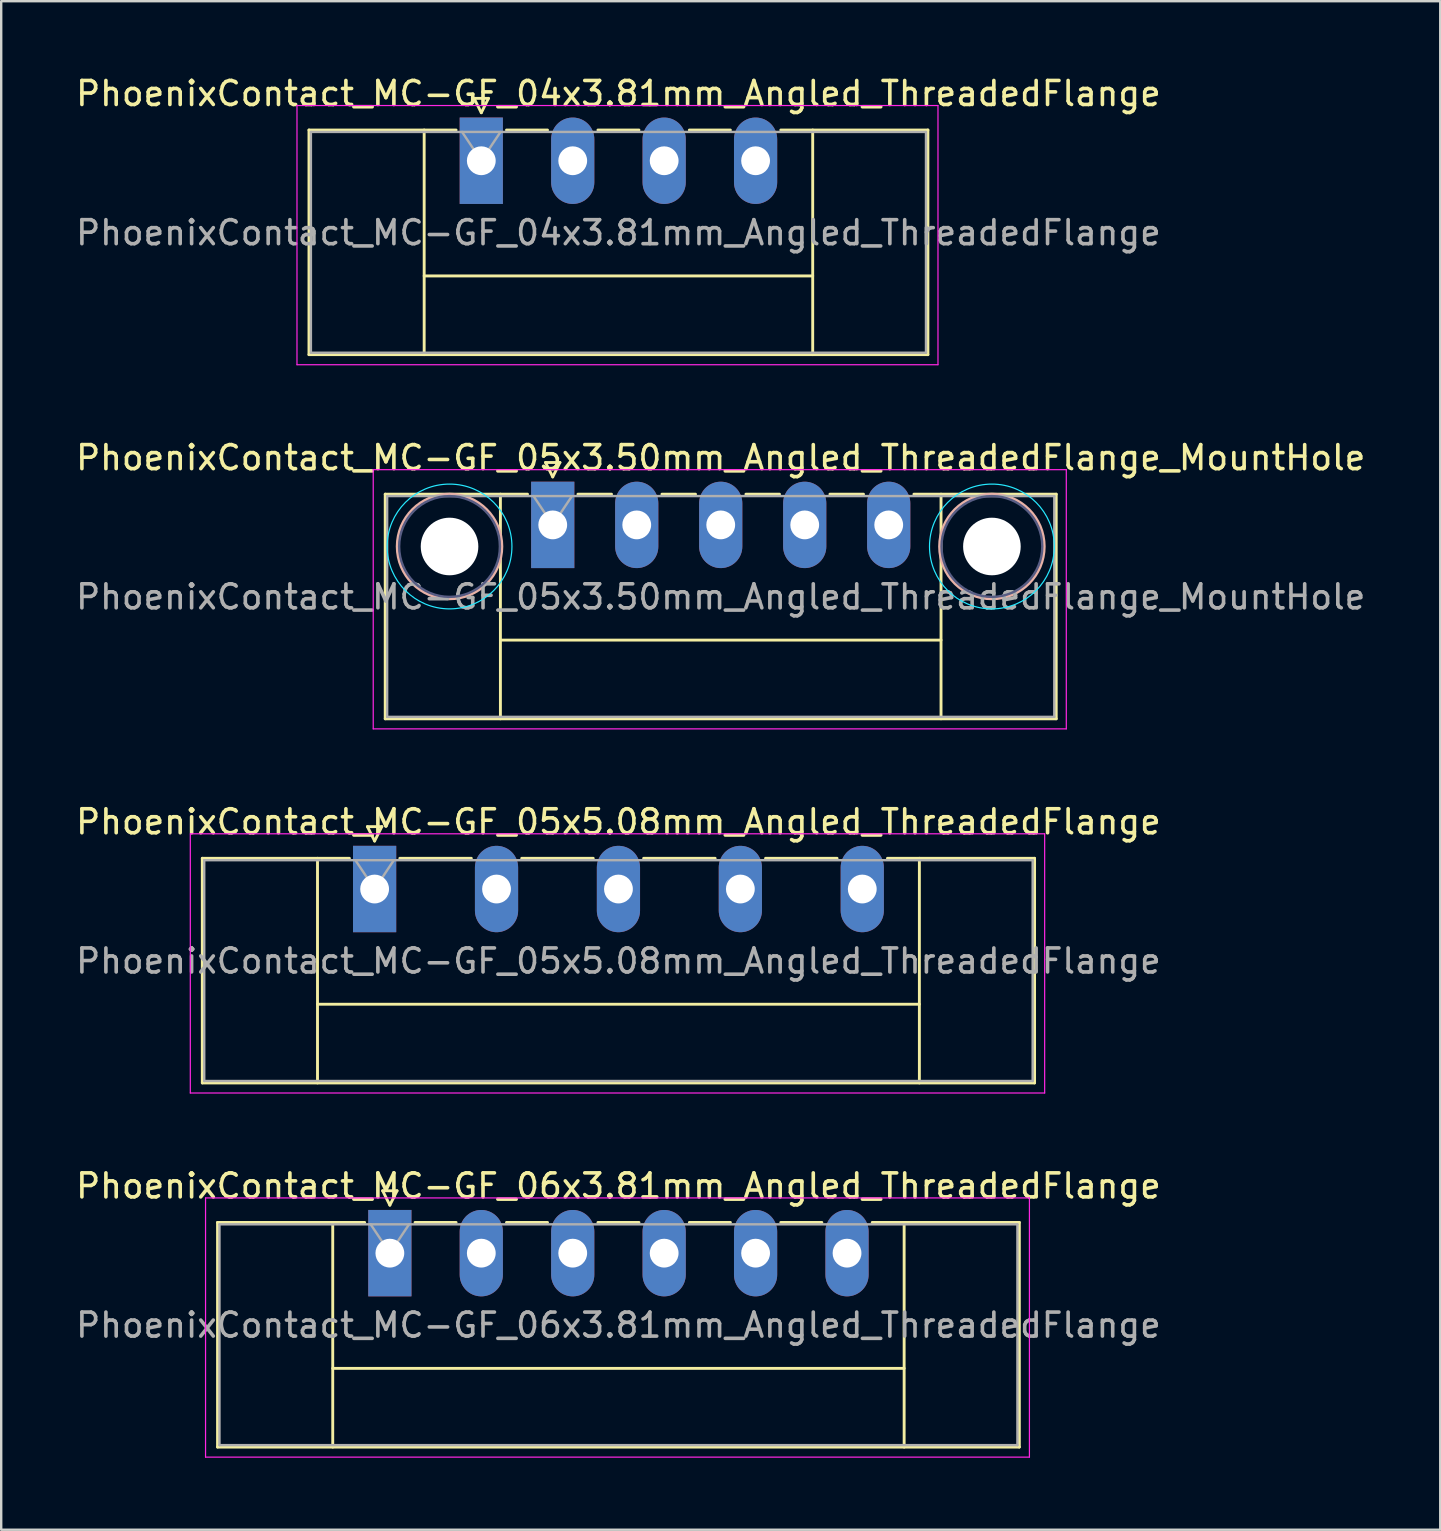
<source format=kicad_pcb>
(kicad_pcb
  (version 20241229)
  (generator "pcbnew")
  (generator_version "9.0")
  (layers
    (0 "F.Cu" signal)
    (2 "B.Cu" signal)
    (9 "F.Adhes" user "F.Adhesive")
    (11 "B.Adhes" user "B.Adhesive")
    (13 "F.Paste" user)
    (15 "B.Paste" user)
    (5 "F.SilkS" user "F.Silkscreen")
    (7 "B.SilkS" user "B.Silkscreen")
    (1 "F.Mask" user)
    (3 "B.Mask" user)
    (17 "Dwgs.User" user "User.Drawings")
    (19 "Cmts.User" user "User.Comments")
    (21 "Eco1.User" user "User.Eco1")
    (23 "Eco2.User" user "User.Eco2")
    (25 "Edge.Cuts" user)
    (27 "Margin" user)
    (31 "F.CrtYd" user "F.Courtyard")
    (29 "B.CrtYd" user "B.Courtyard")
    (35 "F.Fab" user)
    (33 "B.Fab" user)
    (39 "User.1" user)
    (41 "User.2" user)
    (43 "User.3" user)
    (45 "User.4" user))
  (footprint "PhoenixContact_MC-GF_05x3.50mm_Angled_ThreadedFlange_MountHole"
    (layer "F.Cu")
    (at 19.982 18.822)
    (property "Reference" "PhoenixContact_MC-GF_05x3.50mm_Angled_ThreadedFlange_MountHole" (at 7 -2.8 0) (layer "F.SilkS") (effects (font (size 1 1) (thickness 0.15))))
    (attr through_hole)
    (fp_line (start -6.98 -1.28) (end -6.98 8.08) (stroke (width 0.12) (type solid)) (layer "F.SilkS"))
    (fp_line (start -6.98 -1.28) (end -1.05 -1.28) (stroke (width 0.12) (type solid)) (layer "F.SilkS"))
    (fp_line (start -6.98 8.08) (end 20.98 8.08) (stroke (width 0.12) (type solid)) (layer "F.SilkS"))
    (fp_line (start -2.18 -1.28) (end -2.18 8.08) (stroke (width 0.12) (type solid)) (layer "F.SilkS"))
    (fp_line (start -2.18 4.8) (end 16.18 4.8) (stroke (width 0.12) (type solid)) (layer "F.SilkS"))
    (fp_line (start -0.3 -2.6) (end 0.3 -2.6) (stroke (width 0.12) (type solid)) (layer "F.SilkS"))
    (fp_line (start 0 -2) (end -0.3 -2.6) (stroke (width 0.12) (type solid)) (layer "F.SilkS"))
    (fp_line (start 0.3 -2.6) (end 0 -2) (stroke (width 0.12) (type solid)) (layer "F.SilkS"))
    (fp_line (start 1.05 -1.28) (end 2.45 -1.28) (stroke (width 0.12) (type solid)) (layer "F.SilkS"))
    (fp_line (start 4.55 -1.28) (end 5.95 -1.28) (stroke (width 0.12) (type solid)) (layer "F.SilkS"))
    (fp_line (start 8.05 -1.28) (end 9.45 -1.28) (stroke (width 0.12) (type solid)) (layer "F.SilkS"))
    (fp_line (start 11.55 -1.28) (end 12.95 -1.28) (stroke (width 0.12) (type solid)) (layer "F.SilkS"))
    (fp_line (start 16.18 -1.28) (end 16.18 8.08) (stroke (width 0.12) (type solid)) (layer "F.SilkS"))
    (fp_line (start 20.98 -1.28) (end 15.05 -1.28) (stroke (width 0.12) (type solid)) (layer "F.SilkS"))
    (fp_line (start 20.98 8.08) (end 20.98 -1.28) (stroke (width 0.12) (type solid)) (layer "F.SilkS"))
    (fp_circle (center -4.3 0.9) (end -2.12 0.9) (stroke (width 0.12) (type solid)) (fill no) (layer "B.SilkS"))
    (fp_circle (center 18.3 0.9) (end 20.48 0.9) (stroke (width 0.12) (type solid)) (fill no) (layer "B.SilkS"))
    (fp_circle (center -4.3 0.9) (end -1.7 0.9) (stroke (width 0.05) (type solid)) (fill no) (layer "B.CrtYd"))
    (fp_circle (center 18.3 0.9) (end 20.9 0.9) (stroke (width 0.05) (type solid)) (fill no) (layer "B.CrtYd"))
    (fp_line (start -7.48 -2.3) (end -7.48 8.5) (stroke (width 0.05) (type solid)) (layer "F.CrtYd"))
    (fp_line (start -7.48 8.5) (end 21.4 8.5) (stroke (width 0.05) (type solid)) (layer "F.CrtYd"))
    (fp_line (start 21.4 -2.3) (end -7.48 -2.3) (stroke (width 0.05) (type solid)) (layer "F.CrtYd"))
    (fp_line (start 21.4 8.5) (end 21.4 -2.3) (stroke (width 0.05) (type solid)) (layer "F.CrtYd"))
    (fp_circle (center -4.3 0.9) (end -2.2 0.9) (stroke (width 0.1) (type solid)) (fill no) (layer "B.Fab"))
    (fp_circle (center 18.3 0.9) (end 20.4 0.9) (stroke (width 0.1) (type solid)) (fill no) (layer "B.Fab"))
    (fp_line (start -6.9 -1.2) (end -6.9 8) (stroke (width 0.1) (type solid)) (layer "F.Fab"))
    (fp_line (start -6.9 8) (end 20.9 8) (stroke (width 0.1) (type solid)) (layer "F.Fab"))
    (fp_line (start 0 0) (end -0.8 -1.2) (stroke (width 0.1) (type solid)) (layer "F.Fab"))
    (fp_line (start 0.8 -1.2) (end 0 0) (stroke (width 0.1) (type solid)) (layer "F.Fab"))
    (fp_line (start 20.9 -1.2) (end -6.9 -1.2) (stroke (width 0.1) (type solid)) (layer "F.Fab"))
    (fp_line (start 20.9 8) (end 20.9 -1.2) (stroke (width 0.1) (type solid)) (layer "F.Fab"))
    (fp_text user "${REFERENCE}" (at 7 3 0) (layer "F.Fab") (effects (font (size 1 1) (thickness 0.15))))
    (pad "" np_thru_hole circle (at -4.3 0.9) (size 2.4 2.4) (drill 2.4) (layers "*.Cu" "*.Mask"))
    (pad "" np_thru_hole circle (at 18.3 0.9) (size 2.4 2.4) (drill 2.4) (layers "*.Cu" "*.Mask"))
    (pad "1" thru_hole rect (at 0 0) (size 1.8 3.6) (drill 1.2) (layers "*.Cu" "*.Mask"))
    (pad "2" thru_hole oval (at 3.5 0) (size 1.8 3.6) (drill 1.2) (layers "*.Cu" "*.Mask"))
    (pad "3" thru_hole oval (at 7 0) (size 1.8 3.6) (drill 1.2) (layers "*.Cu" "*.Mask"))
    (pad "4" thru_hole oval (at 10.5 0) (size 1.8 3.6) (drill 1.2) (layers "*.Cu" "*.Mask"))
    (pad "5" thru_hole oval (at 14 0) (size 1.8 3.6) (drill 1.2) (layers "*.Cu" "*.Mask")))
  (footprint "PhoenixContact_MC-GF_06x3.81mm_Angled_ThreadedFlange"
    (layer "F.Cu")
    (at 13.195 49.168)
    (property "Reference" "PhoenixContact_MC-GF_06x3.81mm_Angled_ThreadedFlange" (at 9.525 -2.8 0) (layer "F.SilkS") (effects (font (size 1 1) (thickness 0.15))))
    (attr through_hole)
    (fp_line (start -7.18 -1.28) (end -7.18 8.08) (stroke (width 0.12) (type solid)) (layer "F.SilkS"))
    (fp_line (start -7.18 -1.28) (end -1.05 -1.28) (stroke (width 0.12) (type solid)) (layer "F.SilkS"))
    (fp_line (start -7.18 8.08) (end 26.23 8.08) (stroke (width 0.12) (type solid)) (layer "F.SilkS"))
    (fp_line (start -2.38 -1.28) (end -2.38 8.08) (stroke (width 0.12) (type solid)) (layer "F.SilkS"))
    (fp_line (start -2.38 4.8) (end 21.43 4.8) (stroke (width 0.12) (type solid)) (layer "F.SilkS"))
    (fp_line (start -0.3 -2.6) (end 0.3 -2.6) (stroke (width 0.12) (type solid)) (layer "F.SilkS"))
    (fp_line (start 0 -2) (end -0.3 -2.6) (stroke (width 0.12) (type solid)) (layer "F.SilkS"))
    (fp_line (start 0.3 -2.6) (end 0 -2) (stroke (width 0.12) (type solid)) (layer "F.SilkS"))
    (fp_line (start 1.05 -1.28) (end 2.76 -1.28) (stroke (width 0.12) (type solid)) (layer "F.SilkS"))
    (fp_line (start 4.86 -1.28) (end 6.57 -1.28) (stroke (width 0.12) (type solid)) (layer "F.SilkS"))
    (fp_line (start 8.67 -1.28) (end 10.38 -1.28) (stroke (width 0.12) (type solid)) (layer "F.SilkS"))
    (fp_line (start 12.48 -1.28) (end 14.19 -1.28) (stroke (width 0.12) (type solid)) (layer "F.SilkS"))
    (fp_line (start 16.29 -1.28) (end 18 -1.28) (stroke (width 0.12) (type solid)) (layer "F.SilkS"))
    (fp_line (start 21.43 -1.28) (end 21.43 8.08) (stroke (width 0.12) (type solid)) (layer "F.SilkS"))
    (fp_line (start 26.23 -1.28) (end 20.1 -1.28) (stroke (width 0.12) (type solid)) (layer "F.SilkS"))
    (fp_line (start 26.23 8.08) (end 26.23 -1.28) (stroke (width 0.12) (type solid)) (layer "F.SilkS"))
    (fp_line (start -7.68 -2.3) (end -7.68 8.5) (stroke (width 0.05) (type solid)) (layer "F.CrtYd"))
    (fp_line (start -7.68 8.5) (end 26.65 8.5) (stroke (width 0.05) (type solid)) (layer "F.CrtYd"))
    (fp_line (start 26.65 -2.3) (end -7.68 -2.3) (stroke (width 0.05) (type solid)) (layer "F.CrtYd"))
    (fp_line (start 26.65 8.5) (end 26.65 -2.3) (stroke (width 0.05) (type solid)) (layer "F.CrtYd"))
    (fp_line (start -7.1 -1.2) (end -7.1 8) (stroke (width 0.1) (type solid)) (layer "F.Fab"))
    (fp_line (start -7.1 8) (end 26.15 8) (stroke (width 0.1) (type solid)) (layer "F.Fab"))
    (fp_line (start 0 0) (end -0.8 -1.2) (stroke (width 0.1) (type solid)) (layer "F.Fab"))
    (fp_line (start 0.8 -1.2) (end 0 0) (stroke (width 0.1) (type solid)) (layer "F.Fab"))
    (fp_line (start 26.15 -1.2) (end -7.1 -1.2) (stroke (width 0.1) (type solid)) (layer "F.Fab"))
    (fp_line (start 26.15 8) (end 26.15 -1.2) (stroke (width 0.1) (type solid)) (layer "F.Fab"))
    (fp_text user "${REFERENCE}" (at 9.525 3 0) (layer "F.Fab") (effects (font (size 1 1) (thickness 0.15))))
    (pad "1" thru_hole rect (at 0 0) (size 1.8 3.6) (drill 1.2) (layers "*.Cu" "*.Mask"))
    (pad "2" thru_hole oval (at 3.81 0) (size 1.8 3.6) (drill 1.2) (layers "*.Cu" "*.Mask"))
    (pad "3" thru_hole oval (at 7.62 0) (size 1.8 3.6) (drill 1.2) (layers "*.Cu" "*.Mask"))
    (pad "4" thru_hole oval (at 11.43 0) (size 1.8 3.6) (drill 1.2) (layers "*.Cu" "*.Mask"))
    (pad "5" thru_hole oval (at 15.24 0) (size 1.8 3.6) (drill 1.2) (layers "*.Cu" "*.Mask"))
    (pad "6" thru_hole oval (at 19.05 0) (size 1.8 3.6) (drill 1.2) (layers "*.Cu" "*.Mask")))
  (footprint "PhoenixContact_MC-GF_05x5.08mm_Angled_ThreadedFlange"
    (layer "F.Cu")
    (at 12.56 33.995)
    (property "Reference" "PhoenixContact_MC-GF_05x5.08mm_Angled_ThreadedFlange" (at 10.16 -2.8 0) (layer "F.SilkS") (effects (font (size 1 1) (thickness 0.15))))
    (attr through_hole)
    (fp_line (start -7.18 -1.28) (end -7.18 8.08) (stroke (width 0.12) (type solid)) (layer "F.SilkS"))
    (fp_line (start -7.18 -1.28) (end -1.05 -1.28) (stroke (width 0.12) (type solid)) (layer "F.SilkS"))
    (fp_line (start -7.18 8.08) (end 27.5 8.08) (stroke (width 0.12) (type solid)) (layer "F.SilkS"))
    (fp_line (start -2.38 -1.28) (end -2.38 8.08) (stroke (width 0.12) (type solid)) (layer "F.SilkS"))
    (fp_line (start -2.38 4.8) (end 22.7 4.8) (stroke (width 0.12) (type solid)) (layer "F.SilkS"))
    (fp_line (start -0.3 -2.6) (end 0.3 -2.6) (stroke (width 0.12) (type solid)) (layer "F.SilkS"))
    (fp_line (start 0 -2) (end -0.3 -2.6) (stroke (width 0.12) (type solid)) (layer "F.SilkS"))
    (fp_line (start 0.3 -2.6) (end 0 -2) (stroke (width 0.12) (type solid)) (layer "F.SilkS"))
    (fp_line (start 1.05 -1.28) (end 4.03 -1.28) (stroke (width 0.12) (type solid)) (layer "F.SilkS"))
    (fp_line (start 6.13 -1.28) (end 9.11 -1.28) (stroke (width 0.12) (type solid)) (layer "F.SilkS"))
    (fp_line (start 11.21 -1.28) (end 14.19 -1.28) (stroke (width 0.12) (type solid)) (layer "F.SilkS"))
    (fp_line (start 16.29 -1.28) (end 19.27 -1.28) (stroke (width 0.12) (type solid)) (layer "F.SilkS"))
    (fp_line (start 22.7 -1.28) (end 22.7 8.08) (stroke (width 0.12) (type solid)) (layer "F.SilkS"))
    (fp_line (start 27.5 -1.28) (end 21.37 -1.28) (stroke (width 0.12) (type solid)) (layer "F.SilkS"))
    (fp_line (start 27.5 8.08) (end 27.5 -1.28) (stroke (width 0.12) (type solid)) (layer "F.SilkS"))
    (fp_line (start -7.68 -2.3) (end -7.68 8.5) (stroke (width 0.05) (type solid)) (layer "F.CrtYd"))
    (fp_line (start -7.68 8.5) (end 27.92 8.5) (stroke (width 0.05) (type solid)) (layer "F.CrtYd"))
    (fp_line (start 27.92 -2.3) (end -7.68 -2.3) (stroke (width 0.05) (type solid)) (layer "F.CrtYd"))
    (fp_line (start 27.92 8.5) (end 27.92 -2.3) (stroke (width 0.05) (type solid)) (layer "F.CrtYd"))
    (fp_line (start -7.1 -1.2) (end -7.1 8) (stroke (width 0.1) (type solid)) (layer "F.Fab"))
    (fp_line (start -7.1 8) (end 27.42 8) (stroke (width 0.1) (type solid)) (layer "F.Fab"))
    (fp_line (start 0 0) (end -0.8 -1.2) (stroke (width 0.1) (type solid)) (layer "F.Fab"))
    (fp_line (start 0.8 -1.2) (end 0 0) (stroke (width 0.1) (type solid)) (layer "F.Fab"))
    (fp_line (start 27.42 -1.2) (end -7.1 -1.2) (stroke (width 0.1) (type solid)) (layer "F.Fab"))
    (fp_line (start 27.42 8) (end 27.42 -1.2) (stroke (width 0.1) (type solid)) (layer "F.Fab"))
    (fp_text user "${REFERENCE}" (at 10.16 3 0) (layer "F.Fab") (effects (font (size 1 1) (thickness 0.15))))
    (pad "1" thru_hole rect (at 0 0) (size 1.8 3.6) (drill 1.2) (layers "*.Cu" "*.Mask"))
    (pad "2" thru_hole oval (at 5.08 0) (size 1.8 3.6) (drill 1.2) (layers "*.Cu" "*.Mask"))
    (pad "3" thru_hole oval (at 10.16 0) (size 1.8 3.6) (drill 1.2) (layers "*.Cu" "*.Mask"))
    (pad "4" thru_hole oval (at 15.24 0) (size 1.8 3.6) (drill 1.2) (layers "*.Cu" "*.Mask"))
    (pad "5" thru_hole oval (at 20.32 0) (size 1.8 3.6) (drill 1.2) (layers "*.Cu" "*.Mask")))
  (footprint "PhoenixContact_MC-GF_04x3.81mm_Angled_ThreadedFlange"
    (layer "F.Cu")
    (at 17.005 3.648)
    (property "Reference" "PhoenixContact_MC-GF_04x3.81mm_Angled_ThreadedFlange" (at 5.715 -2.8 0) (layer "F.SilkS") (effects (font (size 1 1) (thickness 0.15))))
    (attr through_hole)
    (fp_line (start -7.18 -1.28) (end -7.18 8.08) (stroke (width 0.12) (type solid)) (layer "F.SilkS"))
    (fp_line (start -7.18 -1.28) (end -1.05 -1.28) (stroke (width 0.12) (type solid)) (layer "F.SilkS"))
    (fp_line (start -7.18 8.08) (end 18.61 8.08) (stroke (width 0.12) (type solid)) (layer "F.SilkS"))
    (fp_line (start -2.38 -1.28) (end -2.38 8.08) (stroke (width 0.12) (type solid)) (layer "F.SilkS"))
    (fp_line (start -2.38 4.8) (end 13.81 4.8) (stroke (width 0.12) (type solid)) (layer "F.SilkS"))
    (fp_line (start -0.3 -2.6) (end 0.3 -2.6) (stroke (width 0.12) (type solid)) (layer "F.SilkS"))
    (fp_line (start 0 -2) (end -0.3 -2.6) (stroke (width 0.12) (type solid)) (layer "F.SilkS"))
    (fp_line (start 0.3 -2.6) (end 0 -2) (stroke (width 0.12) (type solid)) (layer "F.SilkS"))
    (fp_line (start 1.05 -1.28) (end 2.76 -1.28) (stroke (width 0.12) (type solid)) (layer "F.SilkS"))
    (fp_line (start 4.86 -1.28) (end 6.57 -1.28) (stroke (width 0.12) (type solid)) (layer "F.SilkS"))
    (fp_line (start 8.67 -1.28) (end 10.38 -1.28) (stroke (width 0.12) (type solid)) (layer "F.SilkS"))
    (fp_line (start 13.81 -1.28) (end 13.81 8.08) (stroke (width 0.12) (type solid)) (layer "F.SilkS"))
    (fp_line (start 18.61 -1.28) (end 12.48 -1.28) (stroke (width 0.12) (type solid)) (layer "F.SilkS"))
    (fp_line (start 18.61 8.08) (end 18.61 -1.28) (stroke (width 0.12) (type solid)) (layer "F.SilkS"))
    (fp_line (start -7.68 -2.3) (end -7.68 8.5) (stroke (width 0.05) (type solid)) (layer "F.CrtYd"))
    (fp_line (start -7.68 8.5) (end 19.03 8.5) (stroke (width 0.05) (type solid)) (layer "F.CrtYd"))
    (fp_line (start 19.03 -2.3) (end -7.68 -2.3) (stroke (width 0.05) (type solid)) (layer "F.CrtYd"))
    (fp_line (start 19.03 8.5) (end 19.03 -2.3) (stroke (width 0.05) (type solid)) (layer "F.CrtYd"))
    (fp_line (start -7.1 -1.2) (end -7.1 8) (stroke (width 0.1) (type solid)) (layer "F.Fab"))
    (fp_line (start -7.1 8) (end 18.53 8) (stroke (width 0.1) (type solid)) (layer "F.Fab"))
    (fp_line (start 0 0) (end -0.8 -1.2) (stroke (width 0.1) (type solid)) (layer "F.Fab"))
    (fp_line (start 0.8 -1.2) (end 0 0) (stroke (width 0.1) (type solid)) (layer "F.Fab"))
    (fp_line (start 18.53 -1.2) (end -7.1 -1.2) (stroke (width 0.1) (type solid)) (layer "F.Fab"))
    (fp_line (start 18.53 8) (end 18.53 -1.2) (stroke (width 0.1) (type solid)) (layer "F.Fab"))
    (fp_text user "${REFERENCE}" (at 5.715 3 0) (layer "F.Fab") (effects (font (size 1 1) (thickness 0.15))))
    (pad "1" thru_hole rect (at 0 0) (size 1.8 3.6) (drill 1.2) (layers "*.Cu" "*.Mask"))
    (pad "2" thru_hole oval (at 3.81 0) (size 1.8 3.6) (drill 1.2) (layers "*.Cu" "*.Mask"))
    (pad "3" thru_hole oval (at 7.62 0) (size 1.8 3.6) (drill 1.2) (layers "*.Cu" "*.Mask"))
    (pad "4" thru_hole oval (at 11.43 0) (size 1.8 3.6) (drill 1.2) (layers "*.Cu" "*.Mask")))
  (gr_rect
    (start -3 -3)
    (end 56.964 60.693)
    (stroke (width 0.1) (type default))
    (fill no)
    (layer "Edge.Cuts")))
</source>
